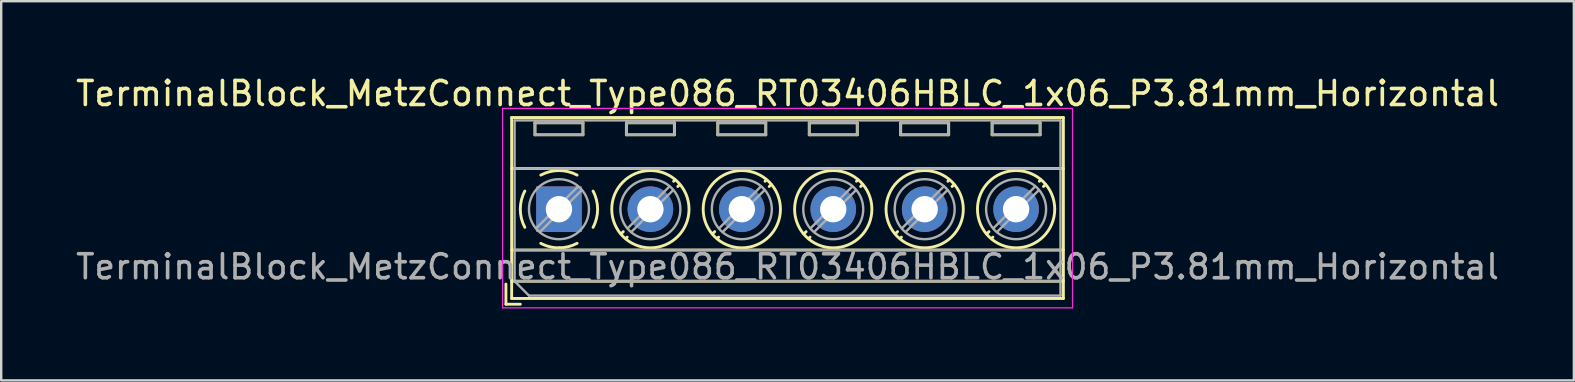
<source format=kicad_pcb>
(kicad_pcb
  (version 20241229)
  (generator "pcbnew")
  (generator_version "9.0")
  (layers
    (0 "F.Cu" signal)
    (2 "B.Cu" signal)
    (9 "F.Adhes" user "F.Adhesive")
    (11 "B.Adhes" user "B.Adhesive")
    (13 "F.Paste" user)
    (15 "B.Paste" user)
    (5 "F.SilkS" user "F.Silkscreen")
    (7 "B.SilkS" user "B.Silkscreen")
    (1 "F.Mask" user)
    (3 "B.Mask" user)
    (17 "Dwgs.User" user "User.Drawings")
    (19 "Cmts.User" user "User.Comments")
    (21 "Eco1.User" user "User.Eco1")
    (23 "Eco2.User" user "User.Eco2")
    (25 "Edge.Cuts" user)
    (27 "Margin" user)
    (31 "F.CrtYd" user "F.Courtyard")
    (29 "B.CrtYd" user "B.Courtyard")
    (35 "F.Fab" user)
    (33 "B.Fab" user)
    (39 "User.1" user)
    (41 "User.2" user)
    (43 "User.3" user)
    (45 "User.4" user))
  (footprint "TerminalBlock_MetzConnect_Type086_RT03406HBLC_1x06_P3.81mm_Horizontal"
    (layer "F.Cu")
    (at 20.243 5.668)
    (property "Reference" "TerminalBlock_MetzConnect_Type086_RT03406HBLC_1x06_P3.81mm_Horizontal" (at 9.525 -4.82 0) (layer "F.SilkS") (effects (font (size 1 1) (thickness 0.15))))
    (attr through_hole)
    (fp_line (start -2.21 3.12) (end -2.21 3.96) (stroke (width 0.12) (type solid)) (layer "F.SilkS"))
    (fp_line (start -2.21 3.96) (end -1.61 3.96) (stroke (width 0.12) (type solid)) (layer "F.SilkS"))
    (fp_line (start -1.971 -3.82) (end -1.971 3.72) (stroke (width 0.12) (type solid)) (layer "F.SilkS"))
    (fp_line (start -1.971 -3.82) (end 21.02 -3.82) (stroke (width 0.12) (type solid)) (layer "F.SilkS"))
    (fp_line (start -1.971 -1.7) (end 21.02 -1.7) (stroke (width 0.12) (type solid)) (layer "F.SilkS"))
    (fp_line (start -1.971 1.701) (end 21.02 1.701) (stroke (width 0.12) (type solid)) (layer "F.SilkS"))
    (fp_line (start -1.971 3) (end 21.02 3) (stroke (width 0.12) (type solid)) (layer "F.SilkS"))
    (fp_line (start -1.971 3.72) (end 21.02 3.72) (stroke (width 0.12) (type solid)) (layer "F.SilkS"))
    (fp_line (start -1 -3.6) (end -1 -3.1) (stroke (width 0.12) (type solid)) (layer "F.SilkS"))
    (fp_line (start -1 -3.6) (end 1 -3.6) (stroke (width 0.12) (type solid)) (layer "F.SilkS"))
    (fp_line (start -1 -3.1) (end 1 -3.1) (stroke (width 0.12) (type solid)) (layer "F.SilkS"))
    (fp_line (start 1 -3.6) (end 1 -3.1) (stroke (width 0.12) (type solid)) (layer "F.SilkS"))
    (fp_line (start 2.679 0.935) (end 2.589 1.025) (stroke (width 0.12) (type solid)) (layer "F.SilkS"))
    (fp_line (start 2.81 -3.6) (end 2.81 -3.1) (stroke (width 0.12) (type solid)) (layer "F.SilkS"))
    (fp_line (start 2.81 -3.6) (end 4.81 -3.6) (stroke (width 0.12) (type solid)) (layer "F.SilkS"))
    (fp_line (start 2.81 -3.1) (end 4.81 -3.1) (stroke (width 0.12) (type solid)) (layer "F.SilkS"))
    (fp_line (start 2.842 1.165) (end 2.786 1.221) (stroke (width 0.12) (type solid)) (layer "F.SilkS"))
    (fp_line (start 4.81 -3.6) (end 4.81 -3.1) (stroke (width 0.12) (type solid)) (layer "F.SilkS"))
    (fp_line (start 4.835 -1.221) (end 4.779 -1.165) (stroke (width 0.12) (type solid)) (layer "F.SilkS"))
    (fp_line (start 5.032 -1.025) (end 4.953 -0.946) (stroke (width 0.12) (type solid)) (layer "F.SilkS"))
    (fp_line (start 6.489 0.935) (end 6.399 1.025) (stroke (width 0.12) (type solid)) (layer "F.SilkS"))
    (fp_line (start 6.62 -3.6) (end 6.62 -3.1) (stroke (width 0.12) (type solid)) (layer "F.SilkS"))
    (fp_line (start 6.62 -3.6) (end 8.62 -3.6) (stroke (width 0.12) (type solid)) (layer "F.SilkS"))
    (fp_line (start 6.62 -3.1) (end 8.62 -3.1) (stroke (width 0.12) (type solid)) (layer "F.SilkS"))
    (fp_line (start 6.652 1.165) (end 6.596 1.221) (stroke (width 0.12) (type solid)) (layer "F.SilkS"))
    (fp_line (start 8.62 -3.6) (end 8.62 -3.1) (stroke (width 0.12) (type solid)) (layer "F.SilkS"))
    (fp_line (start 8.645 -1.221) (end 8.589 -1.165) (stroke (width 0.12) (type solid)) (layer "F.SilkS"))
    (fp_line (start 8.842 -1.025) (end 8.763 -0.946) (stroke (width 0.12) (type solid)) (layer "F.SilkS"))
    (fp_line (start 10.299 0.935) (end 10.209 1.025) (stroke (width 0.12) (type solid)) (layer "F.SilkS"))
    (fp_line (start 10.43 -3.6) (end 10.43 -3.1) (stroke (width 0.12) (type solid)) (layer "F.SilkS"))
    (fp_line (start 10.43 -3.6) (end 12.43 -3.6) (stroke (width 0.12) (type solid)) (layer "F.SilkS"))
    (fp_line (start 10.43 -3.1) (end 12.43 -3.1) (stroke (width 0.12) (type solid)) (layer "F.SilkS"))
    (fp_line (start 10.462 1.165) (end 10.406 1.221) (stroke (width 0.12) (type solid)) (layer "F.SilkS"))
    (fp_line (start 12.43 -3.6) (end 12.43 -3.1) (stroke (width 0.12) (type solid)) (layer "F.SilkS"))
    (fp_line (start 12.455 -1.221) (end 12.399 -1.165) (stroke (width 0.12) (type solid)) (layer "F.SilkS"))
    (fp_line (start 12.652 -1.025) (end 12.573 -0.946) (stroke (width 0.12) (type solid)) (layer "F.SilkS"))
    (fp_line (start 14.109 0.935) (end 14.019 1.025) (stroke (width 0.12) (type solid)) (layer "F.SilkS"))
    (fp_line (start 14.24 -3.6) (end 14.24 -3.1) (stroke (width 0.12) (type solid)) (layer "F.SilkS"))
    (fp_line (start 14.24 -3.6) (end 16.241 -3.6) (stroke (width 0.12) (type solid)) (layer "F.SilkS"))
    (fp_line (start 14.24 -3.1) (end 16.241 -3.1) (stroke (width 0.12) (type solid)) (layer "F.SilkS"))
    (fp_line (start 14.272 1.165) (end 14.216 1.221) (stroke (width 0.12) (type solid)) (layer "F.SilkS"))
    (fp_line (start 16.241 -3.6) (end 16.241 -3.1) (stroke (width 0.12) (type solid)) (layer "F.SilkS"))
    (fp_line (start 16.265 -1.221) (end 16.209 -1.165) (stroke (width 0.12) (type solid)) (layer "F.SilkS"))
    (fp_line (start 16.462 -1.025) (end 16.383 -0.946) (stroke (width 0.12) (type solid)) (layer "F.SilkS"))
    (fp_line (start 17.919 0.935) (end 17.829 1.025) (stroke (width 0.12) (type solid)) (layer "F.SilkS"))
    (fp_line (start 18.05 -3.6) (end 18.05 -3.1) (stroke (width 0.12) (type solid)) (layer "F.SilkS"))
    (fp_line (start 18.05 -3.6) (end 20.05 -3.6) (stroke (width 0.12) (type solid)) (layer "F.SilkS"))
    (fp_line (start 18.05 -3.1) (end 20.05 -3.1) (stroke (width 0.12) (type solid)) (layer "F.SilkS"))
    (fp_line (start 18.082 1.165) (end 18.026 1.221) (stroke (width 0.12) (type solid)) (layer "F.SilkS"))
    (fp_line (start 20.05 -3.6) (end 20.05 -3.1) (stroke (width 0.12) (type solid)) (layer "F.SilkS"))
    (fp_line (start 20.075 -1.221) (end 20.019 -1.165) (stroke (width 0.12) (type solid)) (layer "F.SilkS"))
    (fp_line (start 20.272 -1.025) (end 20.193 -0.946) (stroke (width 0.12) (type solid)) (layer "F.SilkS"))
    (fp_line (start 21.02 -3.82) (end 21.02 3.72) (stroke (width 0.12) (type solid)) (layer "F.SilkS"))
    (fp_arc (start -1.422754 0.755582) (mid -1.610941 -0.000803) (end -1.422 -0.757) (stroke (width 0.12) (type solid)) (layer "F.SilkS"))
    (fp_arc (start -0.756142 -1.421925) (mid -0.00008 -1.610472) (end 0.756 -1.422) (stroke (width 0.12) (type solid)) (layer "F.SilkS"))
    (fp_arc (start 0.027312 1.61071) (mid -0.376847 1.566244) (end -0.757 1.422) (stroke (width 0.12) (type solid)) (layer "F.SilkS"))
    (fp_arc (start 0.755849 1.421546) (mid 0.389494 1.562176) (end 0 1.61) (stroke (width 0.12) (type solid)) (layer "F.SilkS"))
    (fp_arc (start 1.421925 -0.756142) (mid 1.610472 -0.00008) (end 1.422 0.756) (stroke (width 0.12) (type solid)) (layer "F.SilkS"))
    (fp_circle (center 3.81 0) (end 5.42 0) (stroke (width 0.12) (type solid)) (fill no) (layer "F.SilkS"))
    (fp_circle (center 7.62 0) (end 9.23 0) (stroke (width 0.12) (type solid)) (fill no) (layer "F.SilkS"))
    (fp_circle (center 11.43 0) (end 13.04 0) (stroke (width 0.12) (type solid)) (fill no) (layer "F.SilkS"))
    (fp_circle (center 15.24 0) (end 16.85 0) (stroke (width 0.12) (type solid)) (fill no) (layer "F.SilkS"))
    (fp_circle (center 19.05 0) (end 20.66 0) (stroke (width 0.12) (type solid)) (fill no) (layer "F.SilkS"))
    (fp_line (start -2.35 -4.2) (end -2.35 4.11) (stroke (width 0.05) (type solid)) (layer "F.CrtYd"))
    (fp_line (start -2.35 4.11) (end 21.4 4.11) (stroke (width 0.05) (type solid)) (layer "F.CrtYd"))
    (fp_line (start 21.4 -4.2) (end -2.35 -4.2) (stroke (width 0.05) (type solid)) (layer "F.CrtYd"))
    (fp_line (start 21.4 4.11) (end 21.4 -4.2) (stroke (width 0.05) (type solid)) (layer "F.CrtYd"))
    (fp_line (start -1.85 -3.7) (end 20.9 -3.7) (stroke (width 0.1) (type solid)) (layer "F.Fab"))
    (fp_line (start -1.85 -1.7) (end 20.9 -1.7) (stroke (width 0.1) (type solid)) (layer "F.Fab"))
    (fp_line (start -1.85 1.7) (end 20.9 1.7) (stroke (width 0.1) (type solid)) (layer "F.Fab"))
    (fp_line (start -1.85 3) (end -1.85 -3.7) (stroke (width 0.1) (type solid)) (layer "F.Fab"))
    (fp_line (start -1.85 3) (end 20.9 3) (stroke (width 0.1) (type solid)) (layer "F.Fab"))
    (fp_line (start -1.25 3.6) (end -1.85 3) (stroke (width 0.1) (type solid)) (layer "F.Fab"))
    (fp_line (start -1 -3.6) (end -1 -3.1) (stroke (width 0.1) (type solid)) (layer "F.Fab"))
    (fp_line (start -1 -3.1) (end 1 -3.1) (stroke (width 0.1) (type solid)) (layer "F.Fab"))
    (fp_line (start 0.796 -0.948) (end -0.949 0.796) (stroke (width 0.1) (type solid)) (layer "F.Fab"))
    (fp_line (start 0.949 -0.796) (end -0.796 0.948) (stroke (width 0.1) (type solid)) (layer "F.Fab"))
    (fp_line (start 1 -3.6) (end -1 -3.6) (stroke (width 0.1) (type solid)) (layer "F.Fab"))
    (fp_line (start 1 -3.1) (end 1 -3.6) (stroke (width 0.1) (type solid)) (layer "F.Fab"))
    (fp_line (start 2.81 -3.6) (end 2.81 -3.1) (stroke (width 0.1) (type solid)) (layer "F.Fab"))
    (fp_line (start 2.81 -3.1) (end 4.81 -3.1) (stroke (width 0.1) (type solid)) (layer "F.Fab"))
    (fp_line (start 4.606 -0.948) (end 2.862 0.796) (stroke (width 0.1) (type solid)) (layer "F.Fab"))
    (fp_line (start 4.759 -0.796) (end 3.015 0.948) (stroke (width 0.1) (type solid)) (layer "F.Fab"))
    (fp_line (start 4.81 -3.6) (end 2.81 -3.6) (stroke (width 0.1) (type solid)) (layer "F.Fab"))
    (fp_line (start 4.81 -3.1) (end 4.81 -3.6) (stroke (width 0.1) (type solid)) (layer "F.Fab"))
    (fp_line (start 6.62 -3.6) (end 6.62 -3.1) (stroke (width 0.1) (type solid)) (layer "F.Fab"))
    (fp_line (start 6.62 -3.1) (end 8.62 -3.1) (stroke (width 0.1) (type solid)) (layer "F.Fab"))
    (fp_line (start 8.416 -0.948) (end 6.672 0.796) (stroke (width 0.1) (type solid)) (layer "F.Fab"))
    (fp_line (start 8.569 -0.796) (end 6.825 0.948) (stroke (width 0.1) (type solid)) (layer "F.Fab"))
    (fp_line (start 8.62 -3.6) (end 6.62 -3.6) (stroke (width 0.1) (type solid)) (layer "F.Fab"))
    (fp_line (start 8.62 -3.1) (end 8.62 -3.6) (stroke (width 0.1) (type solid)) (layer "F.Fab"))
    (fp_line (start 10.43 -3.6) (end 10.43 -3.1) (stroke (width 0.1) (type solid)) (layer "F.Fab"))
    (fp_line (start 10.43 -3.1) (end 12.43 -3.1) (stroke (width 0.1) (type solid)) (layer "F.Fab"))
    (fp_line (start 12.226 -0.948) (end 10.482 0.796) (stroke (width 0.1) (type solid)) (layer "F.Fab"))
    (fp_line (start 12.379 -0.796) (end 10.635 0.948) (stroke (width 0.1) (type solid)) (layer "F.Fab"))
    (fp_line (start 12.43 -3.6) (end 10.43 -3.6) (stroke (width 0.1) (type solid)) (layer "F.Fab"))
    (fp_line (start 12.43 -3.1) (end 12.43 -3.6) (stroke (width 0.1) (type solid)) (layer "F.Fab"))
    (fp_line (start 14.24 -3.6) (end 14.24 -3.1) (stroke (width 0.1) (type solid)) (layer "F.Fab"))
    (fp_line (start 14.24 -3.1) (end 16.24 -3.1) (stroke (width 0.1) (type solid)) (layer "F.Fab"))
    (fp_line (start 16.036 -0.948) (end 14.292 0.796) (stroke (width 0.1) (type solid)) (layer "F.Fab"))
    (fp_line (start 16.189 -0.796) (end 14.445 0.948) (stroke (width 0.1) (type solid)) (layer "F.Fab"))
    (fp_line (start 16.24 -3.6) (end 14.24 -3.6) (stroke (width 0.1) (type solid)) (layer "F.Fab"))
    (fp_line (start 16.24 -3.1) (end 16.24 -3.6) (stroke (width 0.1) (type solid)) (layer "F.Fab"))
    (fp_line (start 18.05 -3.6) (end 18.05 -3.1) (stroke (width 0.1) (type solid)) (layer "F.Fab"))
    (fp_line (start 18.05 -3.1) (end 20.05 -3.1) (stroke (width 0.1) (type solid)) (layer "F.Fab"))
    (fp_line (start 19.846 -0.948) (end 18.102 0.796) (stroke (width 0.1) (type solid)) (layer "F.Fab"))
    (fp_line (start 19.999 -0.796) (end 18.255 0.948) (stroke (width 0.1) (type solid)) (layer "F.Fab"))
    (fp_line (start 20.05 -3.6) (end 18.05 -3.6) (stroke (width 0.1) (type solid)) (layer "F.Fab"))
    (fp_line (start 20.05 -3.1) (end 20.05 -3.6) (stroke (width 0.1) (type solid)) (layer "F.Fab"))
    (fp_line (start 20.9 -3.7) (end 20.9 3.6) (stroke (width 0.1) (type solid)) (layer "F.Fab"))
    (fp_line (start 20.9 3.6) (end -1.25 3.6) (stroke (width 0.1) (type solid)) (layer "F.Fab"))
    (fp_circle (center 0 0) (end 1.25 0) (stroke (width 0.1) (type solid)) (fill no) (layer "F.Fab"))
    (fp_circle (center 3.81 0) (end 5.06 0) (stroke (width 0.1) (type solid)) (fill no) (layer "F.Fab"))
    (fp_circle (center 7.62 0) (end 8.87 0) (stroke (width 0.1) (type solid)) (fill no) (layer "F.Fab"))
    (fp_circle (center 11.43 0) (end 12.68 0) (stroke (width 0.1) (type solid)) (fill no) (layer "F.Fab"))
    (fp_circle (center 15.24 0) (end 16.49 0) (stroke (width 0.1) (type solid)) (fill no) (layer "F.Fab"))
    (fp_circle (center 19.05 0) (end 20.3 0) (stroke (width 0.1) (type solid)) (fill no) (layer "F.Fab"))
    (fp_text user "${REFERENCE}" (at 9.525 2.4 0) (layer "F.Fab") (effects (font (size 1 1) (thickness 0.15))))
    (pad "1" thru_hole rect (at 0 0) (size 1.9 1.9) (drill 1.1) (layers "*.Cu" "*.Mask"))
    (pad "2" thru_hole circle (at 3.81 0) (size 1.9 1.9) (drill 1.1) (layers "*.Cu" "*.Mask"))
    (pad "3" thru_hole circle (at 7.62 0) (size 1.9 1.9) (drill 1.1) (layers "*.Cu" "*.Mask"))
    (pad "4" thru_hole circle (at 11.43 0) (size 1.9 1.9) (drill 1.1) (layers "*.Cu" "*.Mask"))
    (pad "5" thru_hole circle (at 15.24 0) (size 1.9 1.9) (drill 1.1) (layers "*.Cu" "*.Mask"))
    (pad "6" thru_hole circle (at 19.05 0) (size 1.9 1.9) (drill 1.1) (layers "*.Cu" "*.Mask")))
  (gr_rect
    (start -3 -3)
    (end 62.536 12.803)
    (stroke (width 0.1) (type default))
    (fill no)
    (layer "Edge.Cuts")))
</source>
